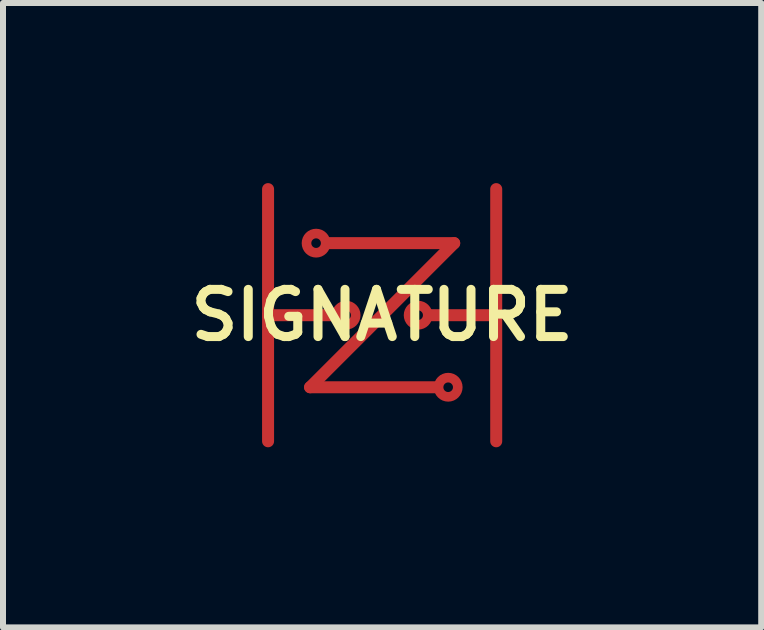
<source format=kicad_pcb>
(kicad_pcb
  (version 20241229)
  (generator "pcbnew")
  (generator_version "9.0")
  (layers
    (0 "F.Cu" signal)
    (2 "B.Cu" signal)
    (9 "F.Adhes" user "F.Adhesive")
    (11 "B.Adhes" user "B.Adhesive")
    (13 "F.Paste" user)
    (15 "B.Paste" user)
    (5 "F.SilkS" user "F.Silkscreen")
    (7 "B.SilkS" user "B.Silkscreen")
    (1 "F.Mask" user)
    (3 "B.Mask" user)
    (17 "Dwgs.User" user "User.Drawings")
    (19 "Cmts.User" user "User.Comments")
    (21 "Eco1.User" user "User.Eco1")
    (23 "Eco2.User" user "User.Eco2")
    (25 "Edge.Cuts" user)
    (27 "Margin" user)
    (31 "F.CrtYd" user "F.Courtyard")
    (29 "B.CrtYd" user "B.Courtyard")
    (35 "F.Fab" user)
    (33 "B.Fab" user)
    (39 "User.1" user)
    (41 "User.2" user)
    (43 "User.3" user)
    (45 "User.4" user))
  (footprint "SIGNATURE"
    (layer "F.Cu")
    (at 3.315 2.2)
    (property "Reference" "SIGNATURE" (at 0 0 0) (layer "F.SilkS") (effects (font (size 0.787 0.787) (thickness 0.15))))
    (attr smd)
    (fp_line (start -1.9 0) (end -1.9 -2.1) (stroke (width 0.2) (type solid)) (layer "F.Cu"))
    (fp_line (start -1.9 0) (end -0.8 0) (stroke (width 0.2) (type solid)) (layer "F.Cu"))
    (fp_line (start -1.9 2.1) (end -1.9 0) (stroke (width 0.2) (type solid)) (layer "F.Cu"))
    (fp_line (start -1.2 1.2) (end 1.2 -1.2) (stroke (width 0.2) (type solid)) (layer "F.Cu"))
    (fp_line (start -0.9 -1.2) (end 1.2 -1.2) (stroke (width 0.2) (type solid)) (layer "F.Cu"))
    (fp_line (start 0.9 1.2) (end -1.2 1.2) (stroke (width 0.2) (type solid)) (layer "F.Cu"))
    (fp_line (start 1.9 -2.1) (end 1.9 0) (stroke (width 0.2) (type solid)) (layer "F.Cu"))
    (fp_line (start 1.9 0) (end 0.8 0) (stroke (width 0.2) (type solid)) (layer "F.Cu"))
    (fp_line (start 1.9 0) (end 1.9 2.1) (stroke (width 0.2) (type solid)) (layer "F.Cu"))
    (fp_circle (center -1.1 -1.2) (end -0.94 -1.2) (stroke (width 0.16) (type solid)) (fill no) (layer "F.Cu"))
    (fp_circle (center -0.6 0) (end -0.44 0) (stroke (width 0.16) (type solid)) (fill no) (layer "F.Cu"))
    (fp_circle (center 0.6 0) (end 0.76 0) (stroke (width 0.16) (type solid)) (fill no) (layer "F.Cu"))
    (fp_circle (center 1.1 1.2) (end 1.26 1.2) (stroke (width 0.16) (type solid)) (fill no) (layer "F.Cu"))
    (fp_line (start -1.9 -2.1) (end -1.9 0) (stroke (width 0.2) (type solid)) (layer "F.Mask"))
    (fp_line (start -1.9 0) (end -1.9 2.1) (stroke (width 0.2) (type solid)) (layer "F.Mask"))
    (fp_line (start -1.9 0) (end -0.8 0) (stroke (width 0.2) (type solid)) (layer "F.Mask"))
    (fp_line (start -1.2 1.2) (end 0.9 1.2) (stroke (width 0.2) (type solid)) (layer "F.Mask"))
    (fp_line (start -0.9 -1.2) (end 1.2 -1.2) (stroke (width 0.2) (type solid)) (layer "F.Mask"))
    (fp_line (start 0.8 0) (end 1.9 0) (stroke (width 0.2) (type solid)) (layer "F.Mask"))
    (fp_line (start 1.2 -1.2) (end -1.2 1.2) (stroke (width 0.2) (type solid)) (layer "F.Mask"))
    (fp_line (start 1.9 -2.1) (end 1.9 2.1) (stroke (width 0.2) (type solid)) (layer "F.Mask"))
    (fp_circle (center -1.1 -1.2) (end -1 -1.2) (stroke (width 0.2) (type solid)) (fill no) (layer "F.Mask"))
    (fp_circle (center -0.6 0) (end -0.5 0) (stroke (width 0.2) (type solid)) (fill no) (layer "F.Mask"))
    (fp_circle (center 0.6 0) (end 0.7 0) (stroke (width 0.2) (type solid)) (fill no) (layer "F.Mask"))
    (fp_circle (center 1.1 1.2) (end 1.2 1.2) (stroke (width 0.2) (type solid)) (fill no) (layer "F.Mask")))
  (gr_rect
    (start -3 -3)
    (end 9.629 7.4)
    (stroke (width 0.1) (type default))
    (fill no)
    (layer "Edge.Cuts")))
</source>
